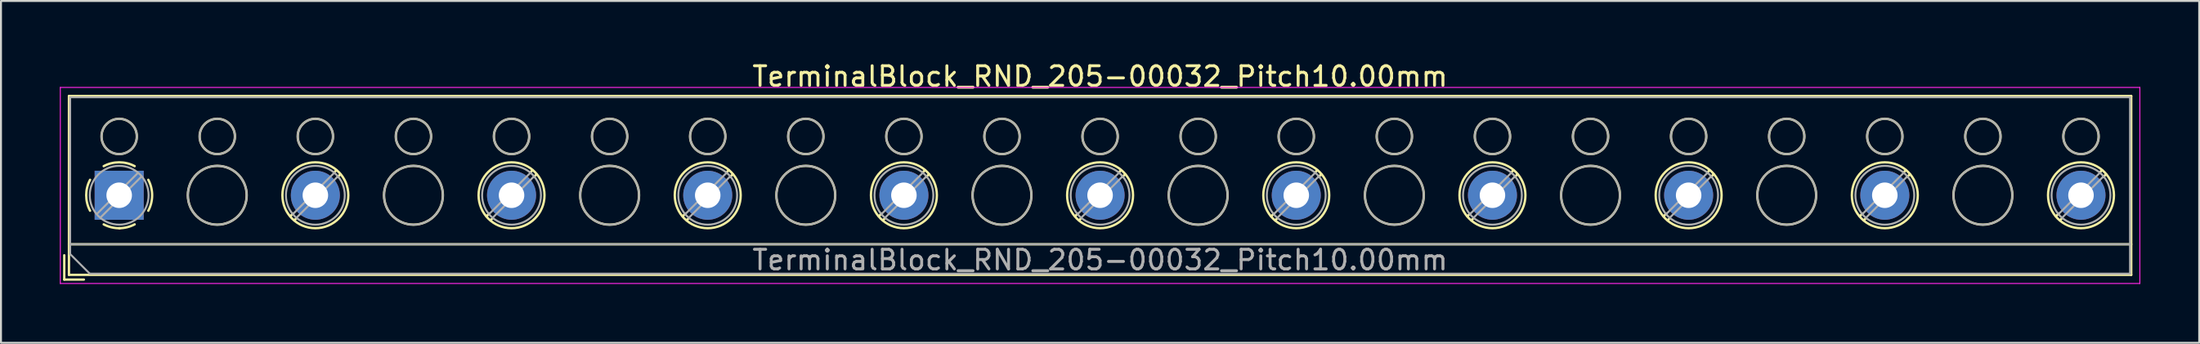
<source format=kicad_pcb>
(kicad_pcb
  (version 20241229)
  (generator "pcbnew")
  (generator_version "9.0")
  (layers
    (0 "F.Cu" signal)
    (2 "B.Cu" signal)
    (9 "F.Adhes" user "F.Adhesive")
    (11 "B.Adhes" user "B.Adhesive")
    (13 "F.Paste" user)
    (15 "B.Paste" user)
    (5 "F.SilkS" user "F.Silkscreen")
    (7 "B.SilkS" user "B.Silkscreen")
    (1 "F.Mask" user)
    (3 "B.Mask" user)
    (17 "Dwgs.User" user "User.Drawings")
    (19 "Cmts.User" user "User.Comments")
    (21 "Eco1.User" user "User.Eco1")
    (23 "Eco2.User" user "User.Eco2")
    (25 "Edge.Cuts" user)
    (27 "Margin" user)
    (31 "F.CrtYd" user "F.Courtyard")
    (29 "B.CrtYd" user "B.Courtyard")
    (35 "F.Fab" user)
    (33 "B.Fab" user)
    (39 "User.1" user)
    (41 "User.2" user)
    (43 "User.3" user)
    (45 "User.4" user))
  (footprint "TerminalBlock_RND_205-00032_Pitch10.00mm"
    (layer "F.Cu")
    (at 3.025 6.908)
    (property "Reference" "TerminalBlock_RND_205-00032_Pitch10.00mm" (at 50 -6.06 0) (layer "F.SilkS") (effects (font (size 1 1) (thickness 0.15))))
    (attr through_hole)
    (fp_line (start -2.8 3.06) (end -2.8 4.3) (stroke (width 0.12) (type solid)) (layer "F.SilkS"))
    (fp_line (start -2.8 4.3) (end -1.8 4.3) (stroke (width 0.12) (type solid)) (layer "F.SilkS"))
    (fp_line (start -2.56 -5.06) (end -2.56 4.06) (stroke (width 0.12) (type solid)) (layer "F.SilkS"))
    (fp_line (start -2.56 2.5) (end 102.56 2.5) (stroke (width 0.12) (type solid)) (layer "F.SilkS"))
    (fp_line (start -2.56 4.06) (end 102.56 4.06) (stroke (width 0.12) (type solid)) (layer "F.SilkS"))
    (fp_line (start 8.867 0.929) (end 8.726 1.069) (stroke (width 0.12) (type solid)) (layer "F.SilkS"))
    (fp_line (start 9.037 1.169) (end 8.931 1.274) (stroke (width 0.12) (type solid)) (layer "F.SilkS"))
    (fp_line (start 11.07 -1.275) (end 10.964 -1.169) (stroke (width 0.12) (type solid)) (layer "F.SilkS"))
    (fp_line (start 11.275 -1.069) (end 11.134 -0.929) (stroke (width 0.12) (type solid)) (layer "F.SilkS"))
    (fp_line (start 18.867 0.929) (end 18.726 1.069) (stroke (width 0.12) (type solid)) (layer "F.SilkS"))
    (fp_line (start 19.037 1.169) (end 18.931 1.274) (stroke (width 0.12) (type solid)) (layer "F.SilkS"))
    (fp_line (start 21.07 -1.275) (end 20.964 -1.169) (stroke (width 0.12) (type solid)) (layer "F.SilkS"))
    (fp_line (start 21.275 -1.069) (end 21.134 -0.929) (stroke (width 0.12) (type solid)) (layer "F.SilkS"))
    (fp_line (start 28.867 0.929) (end 28.726 1.069) (stroke (width 0.12) (type solid)) (layer "F.SilkS"))
    (fp_line (start 29.037 1.169) (end 28.931 1.274) (stroke (width 0.12) (type solid)) (layer "F.SilkS"))
    (fp_line (start 31.07 -1.275) (end 30.964 -1.169) (stroke (width 0.12) (type solid)) (layer "F.SilkS"))
    (fp_line (start 31.275 -1.069) (end 31.134 -0.929) (stroke (width 0.12) (type solid)) (layer "F.SilkS"))
    (fp_line (start 38.867 0.929) (end 38.726 1.069) (stroke (width 0.12) (type solid)) (layer "F.SilkS"))
    (fp_line (start 39.037 1.169) (end 38.931 1.274) (stroke (width 0.12) (type solid)) (layer "F.SilkS"))
    (fp_line (start 41.07 -1.275) (end 40.964 -1.169) (stroke (width 0.12) (type solid)) (layer "F.SilkS"))
    (fp_line (start 41.275 -1.069) (end 41.134 -0.929) (stroke (width 0.12) (type solid)) (layer "F.SilkS"))
    (fp_line (start 48.867 0.929) (end 48.726 1.069) (stroke (width 0.12) (type solid)) (layer "F.SilkS"))
    (fp_line (start 49.037 1.169) (end 48.931 1.274) (stroke (width 0.12) (type solid)) (layer "F.SilkS"))
    (fp_line (start 51.07 -1.275) (end 50.964 -1.169) (stroke (width 0.12) (type solid)) (layer "F.SilkS"))
    (fp_line (start 51.275 -1.069) (end 51.134 -0.929) (stroke (width 0.12) (type solid)) (layer "F.SilkS"))
    (fp_line (start 58.867 0.929) (end 58.726 1.069) (stroke (width 0.12) (type solid)) (layer "F.SilkS"))
    (fp_line (start 59.037 1.169) (end 58.931 1.274) (stroke (width 0.12) (type solid)) (layer "F.SilkS"))
    (fp_line (start 61.07 -1.275) (end 60.964 -1.169) (stroke (width 0.12) (type solid)) (layer "F.SilkS"))
    (fp_line (start 61.275 -1.069) (end 61.134 -0.929) (stroke (width 0.12) (type solid)) (layer "F.SilkS"))
    (fp_line (start 68.867 0.929) (end 68.726 1.069) (stroke (width 0.12) (type solid)) (layer "F.SilkS"))
    (fp_line (start 69.037 1.169) (end 68.931 1.274) (stroke (width 0.12) (type solid)) (layer "F.SilkS"))
    (fp_line (start 71.07 -1.275) (end 70.964 -1.169) (stroke (width 0.12) (type solid)) (layer "F.SilkS"))
    (fp_line (start 71.275 -1.069) (end 71.134 -0.929) (stroke (width 0.12) (type solid)) (layer "F.SilkS"))
    (fp_line (start 78.867 0.929) (end 78.726 1.069) (stroke (width 0.12) (type solid)) (layer "F.SilkS"))
    (fp_line (start 79.037 1.169) (end 78.931 1.274) (stroke (width 0.12) (type solid)) (layer "F.SilkS"))
    (fp_line (start 81.07 -1.275) (end 80.964 -1.169) (stroke (width 0.12) (type solid)) (layer "F.SilkS"))
    (fp_line (start 81.275 -1.069) (end 81.134 -0.929) (stroke (width 0.12) (type solid)) (layer "F.SilkS"))
    (fp_line (start 88.867 0.929) (end 88.726 1.069) (stroke (width 0.12) (type solid)) (layer "F.SilkS"))
    (fp_line (start 89.037 1.169) (end 88.931 1.274) (stroke (width 0.12) (type solid)) (layer "F.SilkS"))
    (fp_line (start 91.07 -1.275) (end 90.964 -1.169) (stroke (width 0.12) (type solid)) (layer "F.SilkS"))
    (fp_line (start 91.275 -1.069) (end 91.134 -0.929) (stroke (width 0.12) (type solid)) (layer "F.SilkS"))
    (fp_line (start 98.867 0.929) (end 98.726 1.069) (stroke (width 0.12) (type solid)) (layer "F.SilkS"))
    (fp_line (start 99.037 1.169) (end 98.931 1.274) (stroke (width 0.12) (type solid)) (layer "F.SilkS"))
    (fp_line (start 101.07 -1.275) (end 100.964 -1.169) (stroke (width 0.12) (type solid)) (layer "F.SilkS"))
    (fp_line (start 101.275 -1.069) (end 101.134 -0.929) (stroke (width 0.12) (type solid)) (layer "F.SilkS"))
    (fp_line (start 102.56 -5.06) (end -2.56 -5.06) (stroke (width 0.12) (type solid)) (layer "F.SilkS"))
    (fp_line (start 102.56 4.06) (end 102.56 -5.06) (stroke (width 0.12) (type solid)) (layer "F.SilkS"))
    (fp_arc (start -1.483953 0.789089) (mid -1.680708 0.00005) (end -1.484 -0.789) (stroke (width 0.12) (type solid)) (layer "F.SilkS"))
    (fp_arc (start -0.789089 -1.483953) (mid -0.00005 -1.680708) (end 0.789 -1.484) (stroke (width 0.12) (type solid)) (layer "F.SilkS"))
    (fp_arc (start 0.029383 1.68045) (mid -0.392304 1.634281) (end -0.789 1.484) (stroke (width 0.12) (type solid)) (layer "F.SilkS"))
    (fp_arc (start 0.788712 1.483352) (mid 0.406429 1.630097) (end 0 1.68) (stroke (width 0.12) (type solid)) (layer "F.SilkS"))
    (fp_arc (start 1.483953 -0.789089) (mid 1.680708 -0.00005) (end 1.484 0.789) (stroke (width 0.12) (type solid)) (layer "F.SilkS"))
    (fp_circle (center 0 -3) (end 0.9 -3) (stroke (width 0.12) (type solid)) (fill no) (layer "F.SilkS"))
    (fp_circle (center 5 -3) (end 5.9 -3) (stroke (width 0.12) (type solid)) (fill no) (layer "F.SilkS"))
    (fp_circle (center 5 0) (end 6.5 0) (stroke (width 0.12) (type solid)) (fill no) (layer "F.SilkS"))
    (fp_circle (center 10 -3) (end 10.9 -3) (stroke (width 0.12) (type solid)) (fill no) (layer "F.SilkS"))
    (fp_circle (center 10 0) (end 11.68 0) (stroke (width 0.12) (type solid)) (fill no) (layer "F.SilkS"))
    (fp_circle (center 15 -3) (end 15.9 -3) (stroke (width 0.12) (type solid)) (fill no) (layer "F.SilkS"))
    (fp_circle (center 15 0) (end 16.5 0) (stroke (width 0.12) (type solid)) (fill no) (layer "F.SilkS"))
    (fp_circle (center 20 -3) (end 20.9 -3) (stroke (width 0.12) (type solid)) (fill no) (layer "F.SilkS"))
    (fp_circle (center 20 0) (end 21.68 0) (stroke (width 0.12) (type solid)) (fill no) (layer "F.SilkS"))
    (fp_circle (center 25 -3) (end 25.9 -3) (stroke (width 0.12) (type solid)) (fill no) (layer "F.SilkS"))
    (fp_circle (center 25 0) (end 26.5 0) (stroke (width 0.12) (type solid)) (fill no) (layer "F.SilkS"))
    (fp_circle (center 30 -3) (end 30.9 -3) (stroke (width 0.12) (type solid)) (fill no) (layer "F.SilkS"))
    (fp_circle (center 30 0) (end 31.68 0) (stroke (width 0.12) (type solid)) (fill no) (layer "F.SilkS"))
    (fp_circle (center 35 -3) (end 35.9 -3) (stroke (width 0.12) (type solid)) (fill no) (layer "F.SilkS"))
    (fp_circle (center 35 0) (end 36.5 0) (stroke (width 0.12) (type solid)) (fill no) (layer "F.SilkS"))
    (fp_circle (center 40 -3) (end 40.9 -3) (stroke (width 0.12) (type solid)) (fill no) (layer "F.SilkS"))
    (fp_circle (center 40 0) (end 41.68 0) (stroke (width 0.12) (type solid)) (fill no) (layer "F.SilkS"))
    (fp_circle (center 45 -3) (end 45.9 -3) (stroke (width 0.12) (type solid)) (fill no) (layer "F.SilkS"))
    (fp_circle (center 45 0) (end 46.5 0) (stroke (width 0.12) (type solid)) (fill no) (layer "F.SilkS"))
    (fp_circle (center 50 -3) (end 50.9 -3) (stroke (width 0.12) (type solid)) (fill no) (layer "F.SilkS"))
    (fp_circle (center 50 0) (end 51.68 0) (stroke (width 0.12) (type solid)) (fill no) (layer "F.SilkS"))
    (fp_circle (center 55 -3) (end 55.9 -3) (stroke (width 0.12) (type solid)) (fill no) (layer "F.SilkS"))
    (fp_circle (center 55 0) (end 56.5 0) (stroke (width 0.12) (type solid)) (fill no) (layer "F.SilkS"))
    (fp_circle (center 60 -3) (end 60.9 -3) (stroke (width 0.12) (type solid)) (fill no) (layer "F.SilkS"))
    (fp_circle (center 60 0) (end 61.68 0) (stroke (width 0.12) (type solid)) (fill no) (layer "F.SilkS"))
    (fp_circle (center 65 -3) (end 65.9 -3) (stroke (width 0.12) (type solid)) (fill no) (layer "F.SilkS"))
    (fp_circle (center 65 0) (end 66.5 0) (stroke (width 0.12) (type solid)) (fill no) (layer "F.SilkS"))
    (fp_circle (center 70 -3) (end 70.9 -3) (stroke (width 0.12) (type solid)) (fill no) (layer "F.SilkS"))
    (fp_circle (center 70 0) (end 71.68 0) (stroke (width 0.12) (type solid)) (fill no) (layer "F.SilkS"))
    (fp_circle (center 75 -3) (end 75.9 -3) (stroke (width 0.12) (type solid)) (fill no) (layer "F.SilkS"))
    (fp_circle (center 75 0) (end 76.5 0) (stroke (width 0.12) (type solid)) (fill no) (layer "F.SilkS"))
    (fp_circle (center 80 -3) (end 80.9 -3) (stroke (width 0.12) (type solid)) (fill no) (layer "F.SilkS"))
    (fp_circle (center 80 0) (end 81.68 0) (stroke (width 0.12) (type solid)) (fill no) (layer "F.SilkS"))
    (fp_circle (center 85 -3) (end 85.9 -3) (stroke (width 0.12) (type solid)) (fill no) (layer "F.SilkS"))
    (fp_circle (center 85 0) (end 86.5 0) (stroke (width 0.12) (type solid)) (fill no) (layer "F.SilkS"))
    (fp_circle (center 90 -3) (end 90.9 -3) (stroke (width 0.12) (type solid)) (fill no) (layer "F.SilkS"))
    (fp_circle (center 90 0) (end 91.68 0) (stroke (width 0.12) (type solid)) (fill no) (layer "F.SilkS"))
    (fp_circle (center 95 -3) (end 95.9 -3) (stroke (width 0.12) (type solid)) (fill no) (layer "F.SilkS"))
    (fp_circle (center 95 0) (end 96.5 0) (stroke (width 0.12) (type solid)) (fill no) (layer "F.SilkS"))
    (fp_circle (center 100 -3) (end 100.9 -3) (stroke (width 0.12) (type solid)) (fill no) (layer "F.SilkS"))
    (fp_circle (center 100 0) (end 101.68 0) (stroke (width 0.12) (type solid)) (fill no) (layer "F.SilkS"))
    (fp_line (start -3 -5.5) (end -3 4.5) (stroke (width 0.05) (type solid)) (layer "F.CrtYd"))
    (fp_line (start -3 4.5) (end 103 4.5) (stroke (width 0.05) (type solid)) (layer "F.CrtYd"))
    (fp_line (start 103 -5.5) (end -3 -5.5) (stroke (width 0.05) (type solid)) (layer "F.CrtYd"))
    (fp_line (start 103 4.5) (end 103 -5.5) (stroke (width 0.05) (type solid)) (layer "F.CrtYd"))
    (fp_line (start -2.5 -5) (end 102.5 -5) (stroke (width 0.1) (type solid)) (layer "F.Fab"))
    (fp_line (start -2.5 2.5) (end 102.5 2.5) (stroke (width 0.1) (type solid)) (layer "F.Fab"))
    (fp_line (start -2.5 3) (end -2.5 -5) (stroke (width 0.1) (type solid)) (layer "F.Fab"))
    (fp_line (start -1.5 4) (end -2.5 3) (stroke (width 0.1) (type solid)) (layer "F.Fab"))
    (fp_line (start 0.955 -1.138) (end -1.138 0.955) (stroke (width 0.1) (type solid)) (layer "F.Fab"))
    (fp_line (start 1.138 -0.955) (end -0.955 1.138) (stroke (width 0.1) (type solid)) (layer "F.Fab"))
    (fp_line (start 10.955 -1.138) (end 8.863 0.955) (stroke (width 0.1) (type solid)) (layer "F.Fab"))
    (fp_line (start 11.138 -0.955) (end 9.046 1.138) (stroke (width 0.1) (type solid)) (layer "F.Fab"))
    (fp_line (start 20.955 -1.138) (end 18.863 0.955) (stroke (width 0.1) (type solid)) (layer "F.Fab"))
    (fp_line (start 21.138 -0.955) (end 19.046 1.138) (stroke (width 0.1) (type solid)) (layer "F.Fab"))
    (fp_line (start 30.955 -1.138) (end 28.863 0.955) (stroke (width 0.1) (type solid)) (layer "F.Fab"))
    (fp_line (start 31.138 -0.955) (end 29.046 1.138) (stroke (width 0.1) (type solid)) (layer "F.Fab"))
    (fp_line (start 40.955 -1.138) (end 38.863 0.955) (stroke (width 0.1) (type solid)) (layer "F.Fab"))
    (fp_line (start 41.138 -0.955) (end 39.046 1.138) (stroke (width 0.1) (type solid)) (layer "F.Fab"))
    (fp_line (start 50.955 -1.138) (end 48.863 0.955) (stroke (width 0.1) (type solid)) (layer "F.Fab"))
    (fp_line (start 51.138 -0.955) (end 49.046 1.138) (stroke (width 0.1) (type solid)) (layer "F.Fab"))
    (fp_line (start 60.955 -1.138) (end 58.863 0.955) (stroke (width 0.1) (type solid)) (layer "F.Fab"))
    (fp_line (start 61.138 -0.955) (end 59.046 1.138) (stroke (width 0.1) (type solid)) (layer "F.Fab"))
    (fp_line (start 70.955 -1.138) (end 68.863 0.955) (stroke (width 0.1) (type solid)) (layer "F.Fab"))
    (fp_line (start 71.138 -0.955) (end 69.046 1.138) (stroke (width 0.1) (type solid)) (layer "F.Fab"))
    (fp_line (start 80.955 -1.138) (end 78.863 0.955) (stroke (width 0.1) (type solid)) (layer "F.Fab"))
    (fp_line (start 81.138 -0.955) (end 79.046 1.138) (stroke (width 0.1) (type solid)) (layer "F.Fab"))
    (fp_line (start 90.955 -1.138) (end 88.863 0.955) (stroke (width 0.1) (type solid)) (layer "F.Fab"))
    (fp_line (start 91.138 -0.955) (end 89.046 1.138) (stroke (width 0.1) (type solid)) (layer "F.Fab"))
    (fp_line (start 100.955 -1.138) (end 98.863 0.955) (stroke (width 0.1) (type solid)) (layer "F.Fab"))
    (fp_line (start 101.138 -0.955) (end 99.046 1.138) (stroke (width 0.1) (type solid)) (layer "F.Fab"))
    (fp_line (start 102.5 -5) (end 102.5 4) (stroke (width 0.1) (type solid)) (layer "F.Fab"))
    (fp_line (start 102.5 4) (end -1.5 4) (stroke (width 0.1) (type solid)) (layer "F.Fab"))
    (fp_circle (center 0 -3) (end 0.9 -3) (stroke (width 0.1) (type solid)) (fill no) (layer "F.Fab"))
    (fp_circle (center 0 0) (end 1.5 0) (stroke (width 0.1) (type solid)) (fill no) (layer "F.Fab"))
    (fp_circle (center 5 -3) (end 5.9 -3) (stroke (width 0.1) (type solid)) (fill no) (layer "F.Fab"))
    (fp_circle (center 5 0) (end 6.5 0) (stroke (width 0.1) (type solid)) (fill no) (layer "F.Fab"))
    (fp_circle (center 10 -3) (end 10.9 -3) (stroke (width 0.1) (type solid)) (fill no) (layer "F.Fab"))
    (fp_circle (center 10 0) (end 11.5 0) (stroke (width 0.1) (type solid)) (fill no) (layer "F.Fab"))
    (fp_circle (center 15 -3) (end 15.9 -3) (stroke (width 0.1) (type solid)) (fill no) (layer "F.Fab"))
    (fp_circle (center 15 0) (end 16.5 0) (stroke (width 0.1) (type solid)) (fill no) (layer "F.Fab"))
    (fp_circle (center 20 -3) (end 20.9 -3) (stroke (width 0.1) (type solid)) (fill no) (layer "F.Fab"))
    (fp_circle (center 20 0) (end 21.5 0) (stroke (width 0.1) (type solid)) (fill no) (layer "F.Fab"))
    (fp_circle (center 25 -3) (end 25.9 -3) (stroke (width 0.1) (type solid)) (fill no) (layer "F.Fab"))
    (fp_circle (center 25 0) (end 26.5 0) (stroke (width 0.1) (type solid)) (fill no) (layer "F.Fab"))
    (fp_circle (center 30 -3) (end 30.9 -3) (stroke (width 0.1) (type solid)) (fill no) (layer "F.Fab"))
    (fp_circle (center 30 0) (end 31.5 0) (stroke (width 0.1) (type solid)) (fill no) (layer "F.Fab"))
    (fp_circle (center 35 -3) (end 35.9 -3) (stroke (width 0.1) (type solid)) (fill no) (layer "F.Fab"))
    (fp_circle (center 35 0) (end 36.5 0) (stroke (width 0.1) (type solid)) (fill no) (layer "F.Fab"))
    (fp_circle (center 40 -3) (end 40.9 -3) (stroke (width 0.1) (type solid)) (fill no) (layer "F.Fab"))
    (fp_circle (center 40 0) (end 41.5 0) (stroke (width 0.1) (type solid)) (fill no) (layer "F.Fab"))
    (fp_circle (center 45 -3) (end 45.9 -3) (stroke (width 0.1) (type solid)) (fill no) (layer "F.Fab"))
    (fp_circle (center 45 0) (end 46.5 0) (stroke (width 0.1) (type solid)) (fill no) (layer "F.Fab"))
    (fp_circle (center 50 -3) (end 50.9 -3) (stroke (width 0.1) (type solid)) (fill no) (layer "F.Fab"))
    (fp_circle (center 50 0) (end 51.5 0) (stroke (width 0.1) (type solid)) (fill no) (layer "F.Fab"))
    (fp_circle (center 55 -3) (end 55.9 -3) (stroke (width 0.1) (type solid)) (fill no) (layer "F.Fab"))
    (fp_circle (center 55 0) (end 56.5 0) (stroke (width 0.1) (type solid)) (fill no) (layer "F.Fab"))
    (fp_circle (center 60 -3) (end 60.9 -3) (stroke (width 0.1) (type solid)) (fill no) (layer "F.Fab"))
    (fp_circle (center 60 0) (end 61.5 0) (stroke (width 0.1) (type solid)) (fill no) (layer "F.Fab"))
    (fp_circle (center 65 -3) (end 65.9 -3) (stroke (width 0.1) (type solid)) (fill no) (layer "F.Fab"))
    (fp_circle (center 65 0) (end 66.5 0) (stroke (width 0.1) (type solid)) (fill no) (layer "F.Fab"))
    (fp_circle (center 70 -3) (end 70.9 -3) (stroke (width 0.1) (type solid)) (fill no) (layer "F.Fab"))
    (fp_circle (center 70 0) (end 71.5 0) (stroke (width 0.1) (type solid)) (fill no) (layer "F.Fab"))
    (fp_circle (center 75 -3) (end 75.9 -3) (stroke (width 0.1) (type solid)) (fill no) (layer "F.Fab"))
    (fp_circle (center 75 0) (end 76.5 0) (stroke (width 0.1) (type solid)) (fill no) (layer "F.Fab"))
    (fp_circle (center 80 -3) (end 80.9 -3) (stroke (width 0.1) (type solid)) (fill no) (layer "F.Fab"))
    (fp_circle (center 80 0) (end 81.5 0) (stroke (width 0.1) (type solid)) (fill no) (layer "F.Fab"))
    (fp_circle (center 85 -3) (end 85.9 -3) (stroke (width 0.1) (type solid)) (fill no) (layer "F.Fab"))
    (fp_circle (center 85 0) (end 86.5 0) (stroke (width 0.1) (type solid)) (fill no) (layer "F.Fab"))
    (fp_circle (center 90 -3) (end 90.9 -3) (stroke (width 0.1) (type solid)) (fill no) (layer "F.Fab"))
    (fp_circle (center 90 0) (end 91.5 0) (stroke (width 0.1) (type solid)) (fill no) (layer "F.Fab"))
    (fp_circle (center 95 -3) (end 95.9 -3) (stroke (width 0.1) (type solid)) (fill no) (layer "F.Fab"))
    (fp_circle (center 95 0) (end 96.5 0) (stroke (width 0.1) (type solid)) (fill no) (layer "F.Fab"))
    (fp_circle (center 100 -3) (end 100.9 -3) (stroke (width 0.1) (type solid)) (fill no) (layer "F.Fab"))
    (fp_circle (center 100 0) (end 101.5 0) (stroke (width 0.1) (type solid)) (fill no) (layer "F.Fab"))
    (fp_text user "${REFERENCE}" (at 50 3.3 0) (layer "F.Fab") (effects (font (size 1 1) (thickness 0.15))))
    (pad "1" thru_hole rect (at 0 0) (size 2.5 2.5) (drill 1.3) (layers "*.Cu" "*.Mask"))
    (pad "2" thru_hole oval (at 10 0) (size 2.5 2.5) (drill 1.3) (layers "*.Cu" "*.Mask"))
    (pad "3" thru_hole oval (at 20 0) (size 2.5 2.5) (drill 1.3) (layers "*.Cu" "*.Mask"))
    (pad "4" thru_hole oval (at 30 0) (size 2.5 2.5) (drill 1.3) (layers "*.Cu" "*.Mask"))
    (pad "5" thru_hole oval (at 40 0) (size 2.5 2.5) (drill 1.3) (layers "*.Cu" "*.Mask"))
    (pad "6" thru_hole oval (at 50 0) (size 2.5 2.5) (drill 1.3) (layers "*.Cu" "*.Mask"))
    (pad "7" thru_hole oval (at 60 0) (size 2.5 2.5) (drill 1.3) (layers "*.Cu" "*.Mask"))
    (pad "8" thru_hole oval (at 70 0) (size 2.5 2.5) (drill 1.3) (layers "*.Cu" "*.Mask"))
    (pad "9" thru_hole oval (at 80 0) (size 2.5 2.5) (drill 1.3) (layers "*.Cu" "*.Mask"))
    (pad "10" thru_hole oval (at 90 0) (size 2.5 2.5) (drill 1.3) (layers "*.Cu" "*.Mask"))
    (pad "11" thru_hole oval (at 100 0) (size 2.5 2.5) (drill 1.3) (layers "*.Cu" "*.Mask")))
  (gr_rect
    (start -3 -3)
    (end 109.05 14.433)
    (stroke (width 0.1) (type default))
    (fill no)
    (layer "Edge.Cuts")))
</source>
